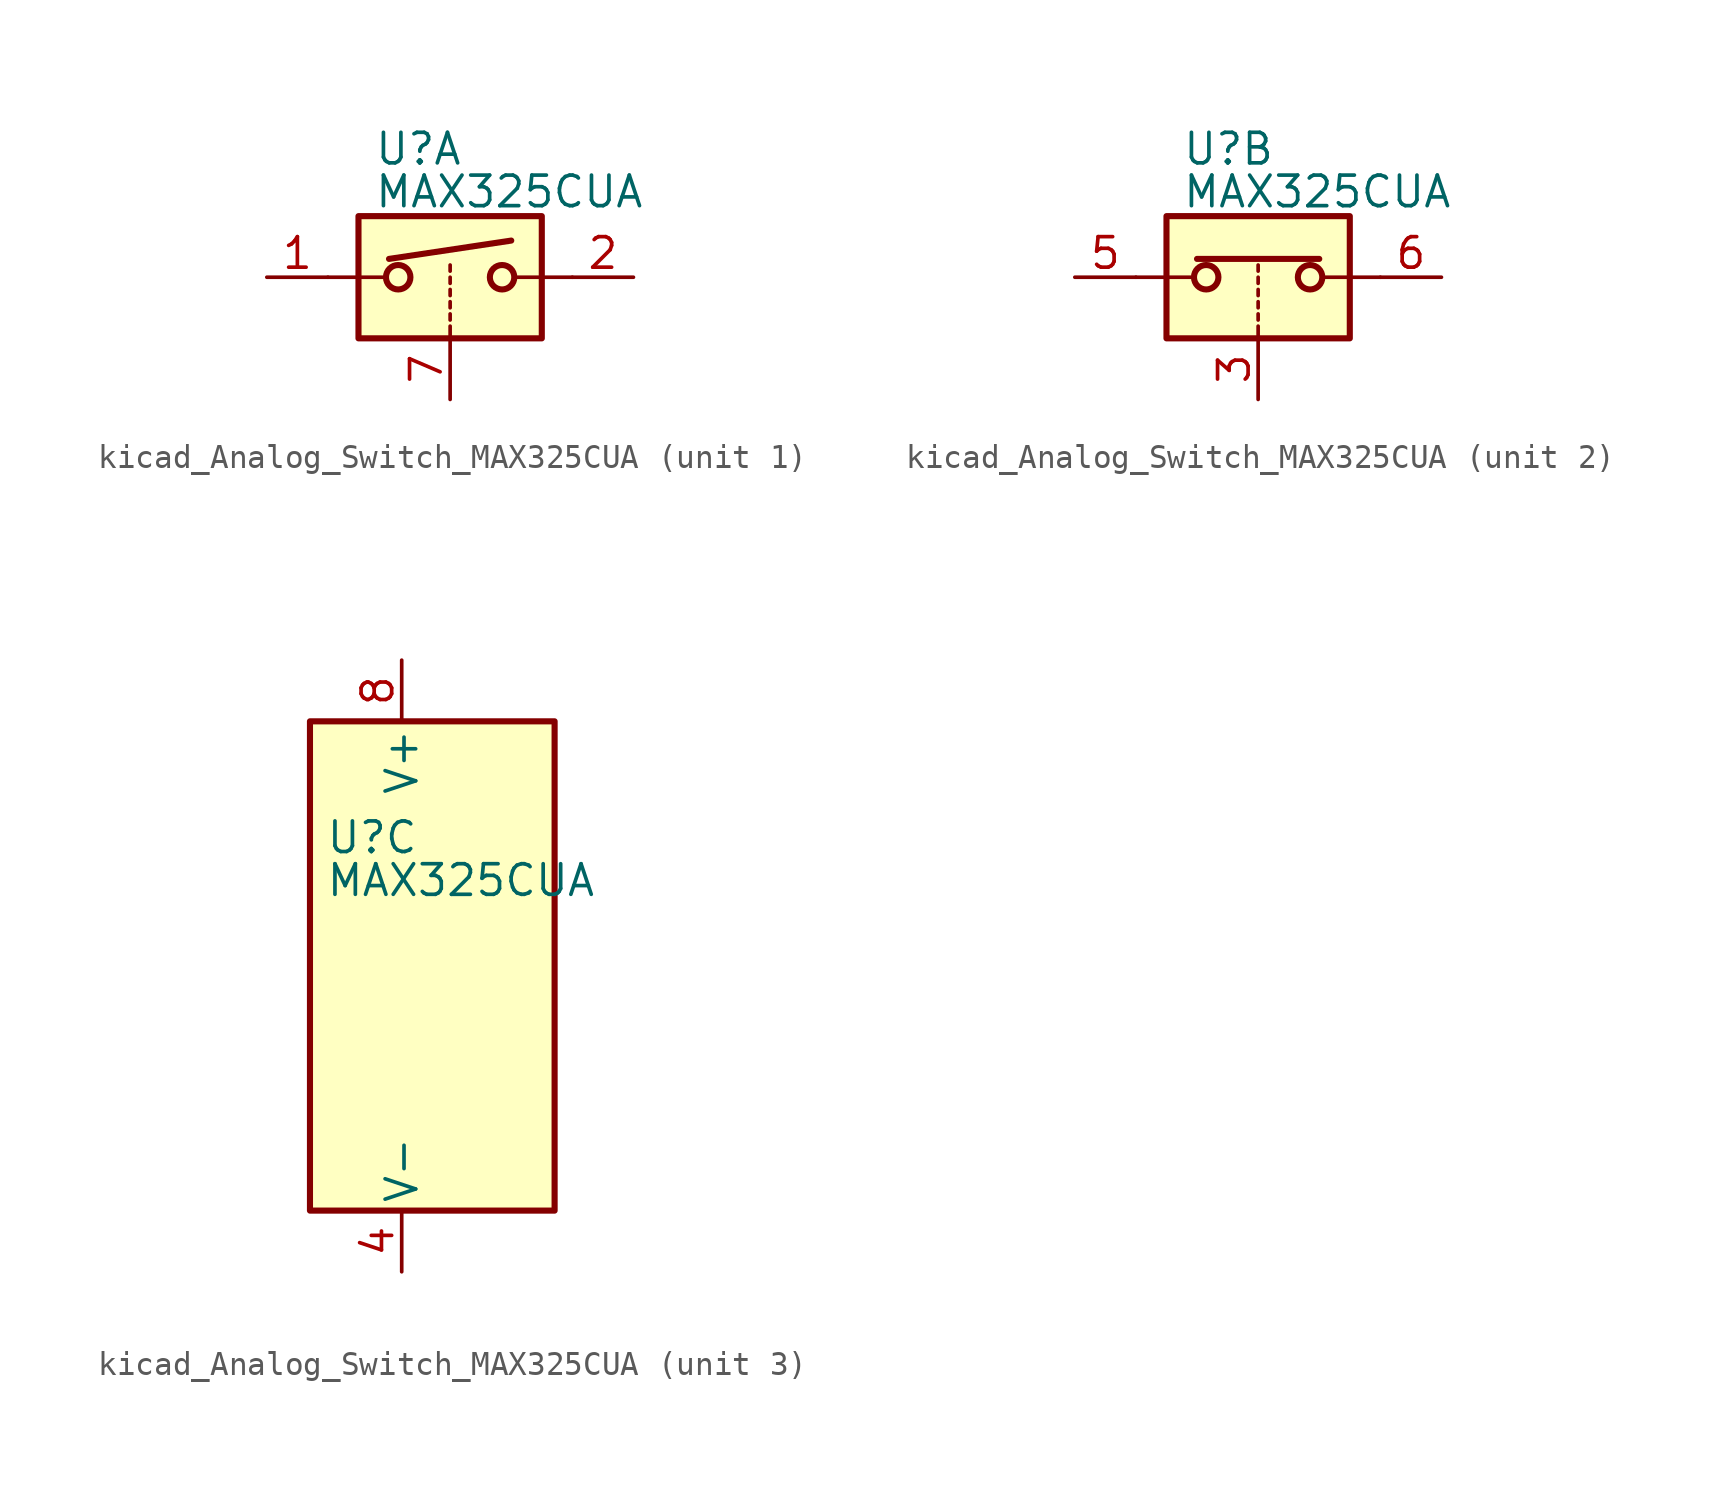
<source format=kicad_sym>
(kicad_symbol_lib
  (version 20220914)
  (generator kicad_symbol_editor)
  (symbol "kicad_Analog_Switch_MAX325CUA"
    (pin_names
      (offset 0.254))
    (property "Reference" "U"
      (at -3.175 5.334 0)
      (effects (font (size 1.27 1.27)) (justify left)))
    (property "Value" "MAX325CUA"
      (at -3.175 3.556 0)
      (effects (font (size 1.27 1.27)) (justify left)))
    (symbol "kicad_Analog_Switch_MAX325CUA_1_1"
      (rectangle (start -3.81 2.54) (end 3.81 -2.54) (stroke (width 0.254) (type default)) (fill (type background)))
      (circle (center -2.159 0) (radius 0.508) (stroke (width 0.254) (type default)) (fill (type none)))
      (polyline (pts (xy -5.08 0) (xy -2.794 0)) (stroke (width 0) (type default)) (fill (type none)))
      (polyline (pts (xy -2.54 0.762) (xy 2.54 1.524)) (stroke (width 0.254) (type default)) (fill (type none)))
      (polyline (pts (xy 0 -2.54) (xy 0 -2.032)) (stroke (width 0) (type default)) (fill (type none)))
      (polyline (pts (xy 0 -1.778) (xy 0 -1.524)) (stroke (width 0) (type default)) (fill (type none)))
      (polyline (pts (xy 0 -1.27) (xy 0 -1.016)) (stroke (width 0) (type default)) (fill (type none)))
      (polyline (pts (xy 0 -0.762) (xy 0 -0.508)) (stroke (width 0) (type default)) (fill (type none)))
      (polyline (pts (xy 0 -0.254) (xy 0 0)) (stroke (width 0) (type default)) (fill (type none)))
      (polyline (pts (xy 0 0.254) (xy 0 0.508)) (stroke (width 0) (type default)) (fill (type none)))
      (polyline (pts (xy 5.08 0) (xy 2.794 0)) (stroke (width 0) (type default)) (fill (type none)))
      (circle (center 2.159 0) (radius 0.508) (stroke (width 0.254) (type default)) (fill (type none)))
      (pin passive line (at -7.62 0 0) (length 2.54) (name "~" (effects (font (size 1.27 1.27)))) (number "1" (effects (font (size 1.27 1.27)))))
      (pin passive line (at 7.62 0 180) (length 2.54) (name "~" (effects (font (size 1.27 1.27)))) (number "2" (effects (font (size 1.27 1.27)))))
      (pin input line (at 0 -5.08 90) (length 2.54) (name "~" (effects (font (size 1.27 1.27)))) (number "7" (effects (font (size 1.27 1.27))))))
    (symbol "kicad_Analog_Switch_MAX325CUA_2_1"
      (rectangle (start -3.81 2.54) (end 3.81 -2.54) (stroke (width 0.254) (type default)) (fill (type background)))
      (circle (center -2.159 0) (radius 0.508) (stroke (width 0.254) (type default)) (fill (type none)))
      (polyline (pts (xy -5.08 0) (xy -2.794 0)) (stroke (width 0) (type default)) (fill (type none)))
      (polyline (pts (xy -2.54 0.762) (xy 2.54 0.762)) (stroke (width 0.254) (type default)) (fill (type none)))
      (polyline (pts (xy 0 -2.54) (xy 0 -2.032)) (stroke (width 0) (type default)) (fill (type none)))
      (polyline (pts (xy 0 -1.778) (xy 0 -1.524)) (stroke (width 0) (type default)) (fill (type none)))
      (polyline (pts (xy 0 -1.27) (xy 0 -1.016)) (stroke (width 0) (type default)) (fill (type none)))
      (polyline (pts (xy 0 -0.762) (xy 0 -0.508)) (stroke (width 0) (type default)) (fill (type none)))
      (polyline (pts (xy 0 -0.254) (xy 0 0)) (stroke (width 0) (type default)) (fill (type none)))
      (polyline (pts (xy 0 0.254) (xy 0 0.508)) (stroke (width 0) (type default)) (fill (type none)))
      (polyline (pts (xy 5.08 0) (xy 2.794 0)) (stroke (width 0) (type default)) (fill (type none)))
      (circle (center 2.159 0) (radius 0.508) (stroke (width 0.254) (type default)) (fill (type none)))
      (pin input line (at 0 -5.08 90) (length 2.54) (name "~" (effects (font (size 1.27 1.27)))) (number "3" (effects (font (size 1.27 1.27)))))
      (pin passive line (at -7.62 0 0) (length 2.54) (name "~" (effects (font (size 1.27 1.27)))) (number "5" (effects (font (size 1.27 1.27)))))
      (pin passive line (at 7.62 0 180) (length 2.54) (name "~" (effects (font (size 1.27 1.27)))) (number "6" (effects (font (size 1.27 1.27))))))
    (symbol "kicad_Analog_Switch_MAX325CUA_3_0"
      (pin power_in line (at 0 -12.7 90) (length 2.54) (name "V-" (effects (font (size 1.27 1.27)))) (number "4" (effects (font (size 1.27 1.27)))))
      (pin power_in line (at 0 12.7 270) (length 2.54) (name "V+" (effects (font (size 1.27 1.27)))) (number "8" (effects (font (size 1.27 1.27))))))
    (symbol "kicad_Analog_Switch_MAX325CUA_3_1"
      (rectangle (start -3.81 10.16) (end 6.35 -10.16) (stroke (width 0.254) (type default)) (fill (type background))))))
</source>
